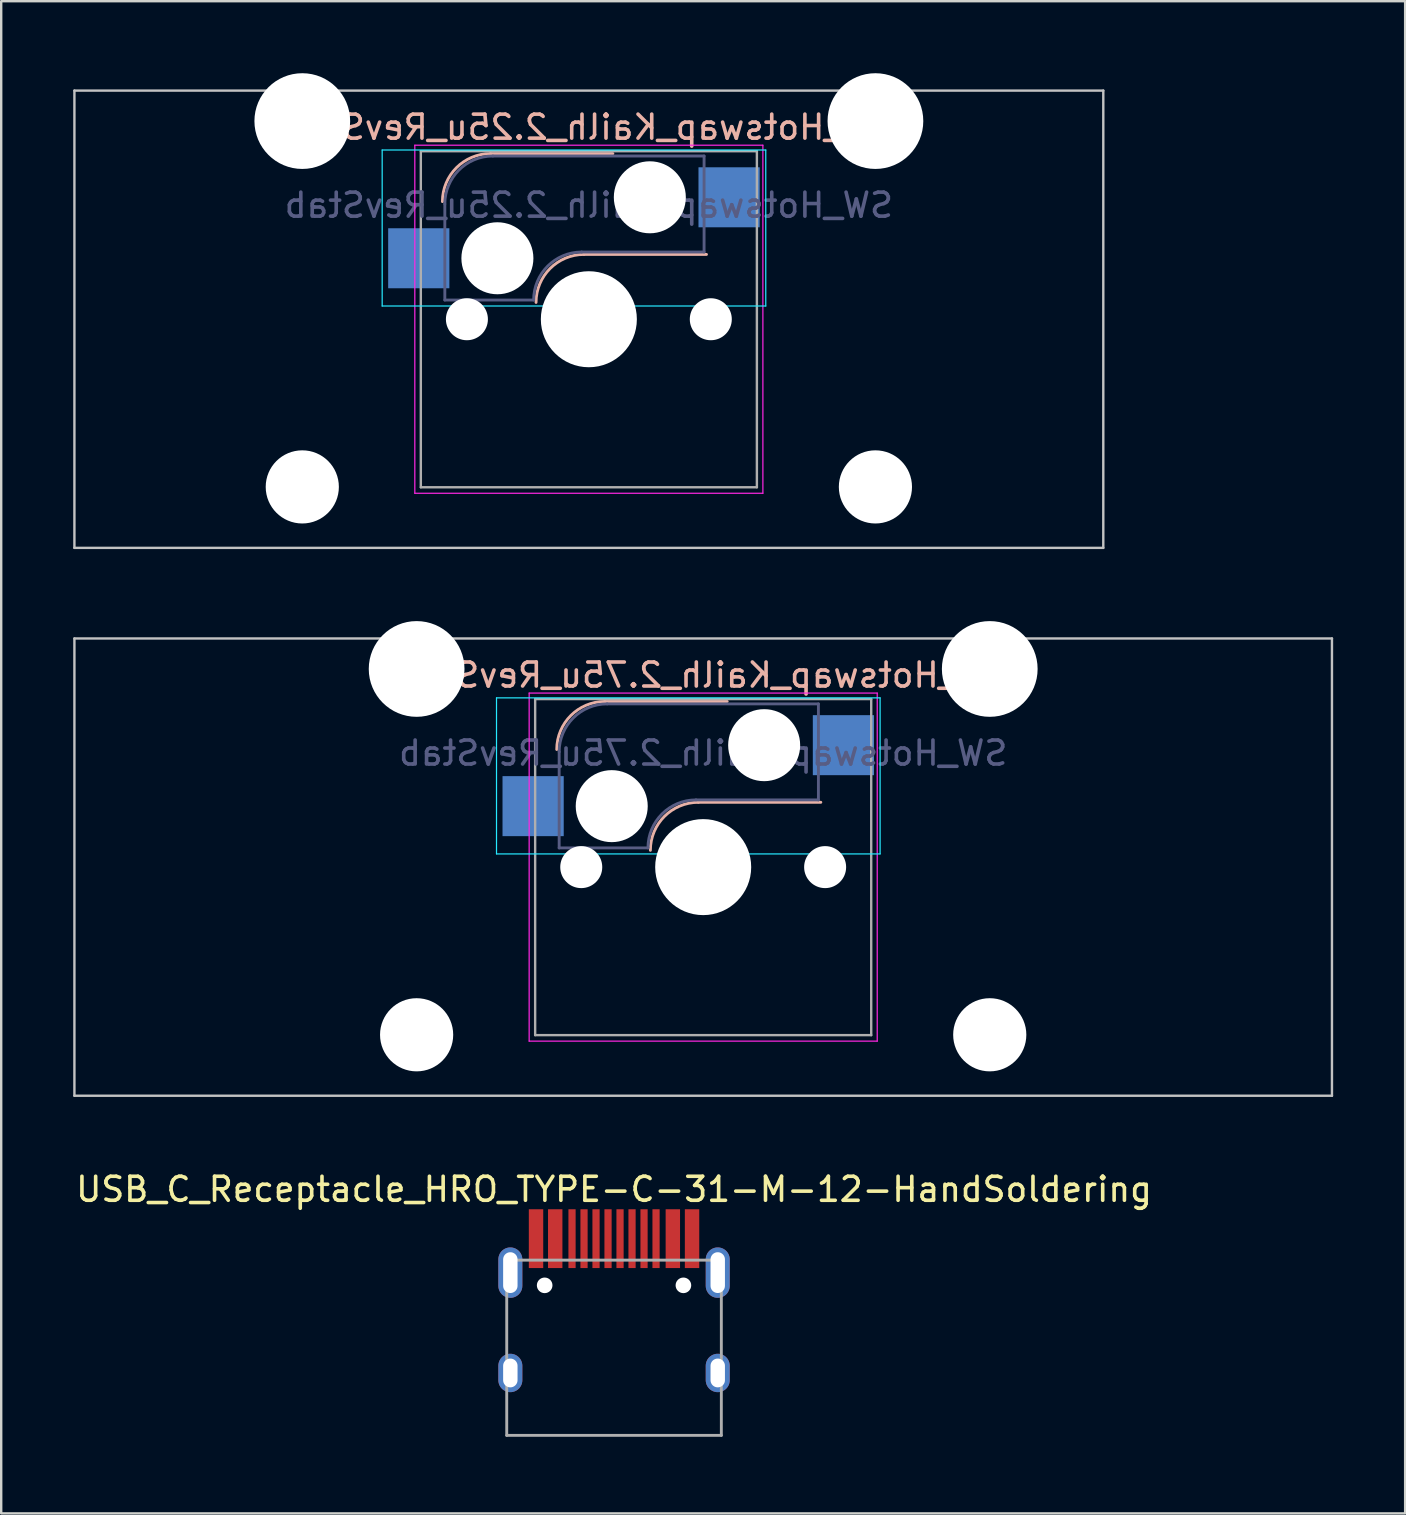
<source format=kicad_pcb>
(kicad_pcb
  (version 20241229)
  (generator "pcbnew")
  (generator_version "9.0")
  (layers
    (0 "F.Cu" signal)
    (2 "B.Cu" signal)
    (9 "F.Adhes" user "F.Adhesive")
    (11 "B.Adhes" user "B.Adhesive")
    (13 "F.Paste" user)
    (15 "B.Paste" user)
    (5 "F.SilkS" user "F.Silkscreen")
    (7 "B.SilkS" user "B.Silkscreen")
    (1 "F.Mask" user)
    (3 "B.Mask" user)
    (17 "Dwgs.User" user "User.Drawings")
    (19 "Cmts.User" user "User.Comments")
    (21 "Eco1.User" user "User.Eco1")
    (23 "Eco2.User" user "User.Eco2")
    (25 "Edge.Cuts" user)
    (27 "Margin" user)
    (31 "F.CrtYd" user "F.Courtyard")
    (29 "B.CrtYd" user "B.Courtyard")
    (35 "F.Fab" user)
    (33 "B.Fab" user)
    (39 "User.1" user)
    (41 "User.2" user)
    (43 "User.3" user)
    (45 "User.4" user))
  (footprint "SW_Hotswap_Kailh_2.25u_RevStab"
    (layer "F.Cu")
    (at 21.481 10.249)
    (property "Reference" "SW_Hotswap_Kailh_2.25u_RevStab" (at 0 -8 0) (layer "B.SilkS") (effects (font (size 1 1) (thickness 0.15)) (justify mirror)))
    (attr smd)
    (fp_line (start -4.1 -6.9) (end 1 -6.9) (stroke (width 0.12) (type solid)) (layer "B.SilkS"))
    (fp_line (start -0.2 -2.7) (end 4.9 -2.7) (stroke (width 0.12) (type solid)) (layer "B.SilkS"))
    (fp_arc (start -6.1 -4.9) (mid -5.514214 -6.314214) (end -4.1 -6.9) (stroke (width 0.12) (type solid)) (layer "B.SilkS"))
    (fp_arc (start -2.2 -0.7) (mid -1.614214 -2.114214) (end -0.2 -2.7) (stroke (width 0.12) (type solid)) (layer "B.SilkS"))
    (fp_line (start -21.431 -9.525) (end -21.431 9.525) (stroke (width 0.1) (type solid)) (layer "Dwgs.User"))
    (fp_line (start -21.431 9.525) (end 21.431 9.525) (stroke (width 0.1) (type solid)) (layer "Dwgs.User"))
    (fp_line (start 21.431 -9.525) (end -21.431 -9.525) (stroke (width 0.1) (type solid)) (layer "Dwgs.User"))
    (fp_line (start 21.431 9.525) (end 21.431 -9.525) (stroke (width 0.1) (type solid)) (layer "Dwgs.User"))
    (fp_line (start -8.61 -7.05) (end -8.61 -0.55) (stroke (width 0.05) (type solid)) (layer "B.CrtYd"))
    (fp_line (start -8.61 -0.55) (end 7.37 -0.55) (stroke (width 0.05) (type solid)) (layer "B.CrtYd"))
    (fp_line (start 7.37 -7.05) (end -8.61 -7.05) (stroke (width 0.05) (type solid)) (layer "B.CrtYd"))
    (fp_line (start 7.37 -0.55) (end 7.37 -7.05) (stroke (width 0.05) (type solid)) (layer "B.CrtYd"))
    (fp_line (start -7.25 -7.25) (end -7.25 7.25) (stroke (width 0.05) (type solid)) (layer "F.CrtYd"))
    (fp_line (start -7.25 7.25) (end 7.25 7.25) (stroke (width 0.05) (type solid)) (layer "F.CrtYd"))
    (fp_line (start 7.25 -7.25) (end -7.25 -7.25) (stroke (width 0.05) (type solid)) (layer "F.CrtYd"))
    (fp_line (start 7.25 7.25) (end 7.25 -7.25) (stroke (width 0.05) (type solid)) (layer "F.CrtYd"))
    (fp_line (start -6 -0.8) (end -6 -4.8) (stroke (width 0.12) (type solid)) (layer "B.Fab"))
    (fp_line (start -6 -0.8) (end -2.3 -0.8) (stroke (width 0.12) (type solid)) (layer "B.Fab"))
    (fp_line (start -4 -6.8) (end 4.8 -6.8) (stroke (width 0.12) (type solid)) (layer "B.Fab"))
    (fp_line (start -0.3 -2.8) (end 4.8 -2.8) (stroke (width 0.12) (type solid)) (layer "B.Fab"))
    (fp_line (start 4.8 -6.8) (end 4.8 -2.8) (stroke (width 0.12) (type solid)) (layer "B.Fab"))
    (fp_arc (start -6 -4.8) (mid -5.414214 -6.214214) (end -4 -6.8) (stroke (width 0.12) (type solid)) (layer "B.Fab"))
    (fp_arc (start -2.3 -0.8) (mid -1.714214 -2.214214) (end -0.3 -2.8) (stroke (width 0.12) (type solid)) (layer "B.Fab"))
    (fp_line (start -7 -7) (end -7 7) (stroke (width 0.1) (type solid)) (layer "F.Fab"))
    (fp_line (start -7 7) (end 7 7) (stroke (width 0.1) (type solid)) (layer "F.Fab"))
    (fp_line (start 7 -7) (end -7 -7) (stroke (width 0.1) (type solid)) (layer "F.Fab"))
    (fp_line (start 7 7) (end 7 -7) (stroke (width 0.1) (type solid)) (layer "F.Fab"))
    (fp_text user "${REFERENCE}" (at 0 -4.75 0) (layer "B.Fab") (effects (font (size 1 1) (thickness 0.15)) (justify mirror)))
    (pad "" np_thru_hole circle (at -11.938 -8.255) (size 3.988 3.988) (drill 3.988) (layers "*.Cu" "*.Mask"))
    (pad "" np_thru_hole circle (at -11.938 6.985) (size 3.048 3.048) (drill 3.048) (layers "*.Cu" "*.Mask"))
    (pad "" np_thru_hole circle (at -5.08 0) (size 1.75 1.75) (drill 1.75) (layers "*.Cu" "*.Mask"))
    (pad "" np_thru_hole circle (at -3.81 -2.54) (size 3 3) (drill 3) (layers "*.Cu" "*.Mask"))
    (pad "" np_thru_hole circle (at 0 0) (size 4 4) (drill 4) (layers "*.Cu" "*.Mask"))
    (pad "" np_thru_hole circle (at 2.54 -5.08) (size 3 3) (drill 3) (layers "*.Cu" "*.Mask"))
    (pad "" np_thru_hole circle (at 5.08 0) (size 1.75 1.75) (drill 1.75) (layers "*.Cu" "*.Mask"))
    (pad "" np_thru_hole circle (at 11.938 -8.255) (size 3.988 3.988) (drill 3.988) (layers "*.Cu" "*.Mask"))
    (pad "" np_thru_hole circle (at 11.938 6.985) (size 3.048 3.048) (drill 3.048) (layers "*.Cu" "*.Mask"))
    (pad "1" smd rect (at 5.842 -5.08) (size 2.55 2.5) (layers "B.Cu" "B.Mask" "B.Paste"))
    (pad "2" smd rect (at -7.085 -2.54) (size 2.55 2.5) (layers "B.Cu" "B.Mask" "B.Paste")))
  (footprint "SW_Hotswap_Kailh_2.75u_RevStab"
    (layer "F.Cu")
    (at 26.244 33.073)
    (property "Reference" "SW_Hotswap_Kailh_2.75u_RevStab" (at 0 -8 0) (layer "B.SilkS") (effects (font (size 1 1) (thickness 0.15)) (justify mirror)))
    (attr smd)
    (fp_line (start -4.1 -6.9) (end 1 -6.9) (stroke (width 0.12) (type solid)) (layer "B.SilkS"))
    (fp_line (start -0.2 -2.7) (end 4.9 -2.7) (stroke (width 0.12) (type solid)) (layer "B.SilkS"))
    (fp_arc (start -6.1 -4.9) (mid -5.514214 -6.314214) (end -4.1 -6.9) (stroke (width 0.12) (type solid)) (layer "B.SilkS"))
    (fp_arc (start -2.2 -0.7) (mid -1.614214 -2.114214) (end -0.2 -2.7) (stroke (width 0.12) (type solid)) (layer "B.SilkS"))
    (fp_line (start -26.194 -9.525) (end -26.194 9.525) (stroke (width 0.1) (type solid)) (layer "Dwgs.User"))
    (fp_line (start -26.194 9.525) (end 26.194 9.525) (stroke (width 0.1) (type solid)) (layer "Dwgs.User"))
    (fp_line (start 26.194 -9.525) (end -26.194 -9.525) (stroke (width 0.1) (type solid)) (layer "Dwgs.User"))
    (fp_line (start 26.194 9.525) (end 26.194 -9.525) (stroke (width 0.1) (type solid)) (layer "Dwgs.User"))
    (fp_line (start -8.61 -7.05) (end -8.61 -0.55) (stroke (width 0.05) (type solid)) (layer "B.CrtYd"))
    (fp_line (start -8.61 -0.55) (end 7.37 -0.55) (stroke (width 0.05) (type solid)) (layer "B.CrtYd"))
    (fp_line (start 7.37 -7.05) (end -8.61 -7.05) (stroke (width 0.05) (type solid)) (layer "B.CrtYd"))
    (fp_line (start 7.37 -0.55) (end 7.37 -7.05) (stroke (width 0.05) (type solid)) (layer "B.CrtYd"))
    (fp_line (start -7.25 -7.25) (end -7.25 7.25) (stroke (width 0.05) (type solid)) (layer "F.CrtYd"))
    (fp_line (start -7.25 7.25) (end 7.25 7.25) (stroke (width 0.05) (type solid)) (layer "F.CrtYd"))
    (fp_line (start 7.25 -7.25) (end -7.25 -7.25) (stroke (width 0.05) (type solid)) (layer "F.CrtYd"))
    (fp_line (start 7.25 7.25) (end 7.25 -7.25) (stroke (width 0.05) (type solid)) (layer "F.CrtYd"))
    (fp_line (start -6 -0.8) (end -6 -4.8) (stroke (width 0.12) (type solid)) (layer "B.Fab"))
    (fp_line (start -6 -0.8) (end -2.3 -0.8) (stroke (width 0.12) (type solid)) (layer "B.Fab"))
    (fp_line (start -4 -6.8) (end 4.8 -6.8) (stroke (width 0.12) (type solid)) (layer "B.Fab"))
    (fp_line (start -0.3 -2.8) (end 4.8 -2.8) (stroke (width 0.12) (type solid)) (layer "B.Fab"))
    (fp_line (start 4.8 -6.8) (end 4.8 -2.8) (stroke (width 0.12) (type solid)) (layer "B.Fab"))
    (fp_arc (start -6 -4.8) (mid -5.414214 -6.214214) (end -4 -6.8) (stroke (width 0.12) (type solid)) (layer "B.Fab"))
    (fp_arc (start -2.3 -0.8) (mid -1.714214 -2.214214) (end -0.3 -2.8) (stroke (width 0.12) (type solid)) (layer "B.Fab"))
    (fp_line (start -7 -7) (end -7 7) (stroke (width 0.1) (type solid)) (layer "F.Fab"))
    (fp_line (start -7 7) (end 7 7) (stroke (width 0.1) (type solid)) (layer "F.Fab"))
    (fp_line (start 7 -7) (end -7 -7) (stroke (width 0.1) (type solid)) (layer "F.Fab"))
    (fp_line (start 7 7) (end 7 -7) (stroke (width 0.1) (type solid)) (layer "F.Fab"))
    (fp_text user "${REFERENCE}" (at 0 -4.75 0) (layer "B.Fab") (effects (font (size 1 1) (thickness 0.15)) (justify mirror)))
    (pad "" np_thru_hole circle (at -11.938 -8.255) (size 3.988 3.988) (drill 3.988) (layers "*.Cu" "*.Mask"))
    (pad "" np_thru_hole circle (at -11.938 6.985) (size 3.048 3.048) (drill 3.048) (layers "*.Cu" "*.Mask"))
    (pad "" np_thru_hole circle (at -5.08 0) (size 1.75 1.75) (drill 1.75) (layers "*.Cu" "*.Mask"))
    (pad "" np_thru_hole circle (at -3.81 -2.54) (size 3 3) (drill 3) (layers "*.Cu" "*.Mask"))
    (pad "" np_thru_hole circle (at 0 0) (size 4 4) (drill 4) (layers "*.Cu" "*.Mask"))
    (pad "" np_thru_hole circle (at 2.54 -5.08) (size 3 3) (drill 3) (layers "*.Cu" "*.Mask"))
    (pad "" np_thru_hole circle (at 5.08 0) (size 1.75 1.75) (drill 1.75) (layers "*.Cu" "*.Mask"))
    (pad "" np_thru_hole circle (at 11.938 -8.255) (size 3.988 3.988) (drill 3.988) (layers "*.Cu" "*.Mask"))
    (pad "" np_thru_hole circle (at 11.938 6.985) (size 3.048 3.048) (drill 3.048) (layers "*.Cu" "*.Mask"))
    (pad "1" smd rect (at 5.842 -5.08) (size 2.55 2.5) (layers "B.Cu" "B.Mask" "B.Paste"))
    (pad "2" smd rect (at -7.085 -2.54) (size 2.55 2.5) (layers "B.Cu" "B.Mask" "B.Paste")))
  (footprint "USB_C_Receptacle_HRO_TYPE-C-31-M-12-HandSoldering"
    (layer "F.Cu")
    (at 22.53 56.746)
    (property "Reference" "USB_C_Receptacle_HRO_TYPE-C-31-M-12-HandSoldering" (at 0 -10.25 0) (layer "F.SilkS") (effects (font (size 1 1) (thickness 0.15))))
    (fp_line (start -4.47 -7.3) (end 4.47 -7.3) (stroke (width 0.12) (type solid)) (layer "F.Fab"))
    (fp_line (start -4.47 0) (end -4.47 -7.3) (stroke (width 0.12) (type solid)) (layer "F.Fab"))
    (fp_line (start 4.47 -7.3) (end 4.47 0) (stroke (width 0.12) (type solid)) (layer "F.Fab"))
    (fp_line (start 4.47 0) (end -4.47 0) (stroke (width 0.12) (type solid)) (layer "F.Fab"))
    (pad "" np_thru_hole circle (at -2.89 -6.25) (size 0.65 0.65) (drill 0.65) (layers "*.Cu" "*.Mask"))
    (pad "" np_thru_hole circle (at 2.89 -6.25) (size 0.65 0.65) (drill 0.65) (layers "*.Cu" "*.Mask"))
    (pad "A1" smd rect (at -3.25 -8.195) (size 0.6 2.45) (layers "F.Cu" "F.Mask" "F.Paste"))
    (pad "A4" smd rect (at -2.45 -8.195) (size 0.6 2.45) (layers "F.Cu" "F.Mask" "F.Paste"))
    (pad "A5" smd rect (at -1.25 -8.195) (size 0.3 2.45) (layers "F.Cu" "F.Mask" "F.Paste"))
    (pad "A6" smd rect (at -0.25 -8.195) (size 0.3 2.45) (layers "F.Cu" "F.Mask" "F.Paste"))
    (pad "A7" smd rect (at 0.25 -8.195) (size 0.3 2.45) (layers "F.Cu" "F.Mask" "F.Paste"))
    (pad "A8" smd rect (at 1.25 -8.195) (size 0.3 2.45) (layers "F.Cu" "F.Mask" "F.Paste"))
    (pad "A9" smd rect (at 2.45 -8.195) (size 0.6 2.45) (layers "F.Cu" "F.Mask" "F.Paste"))
    (pad "A12" smd rect (at 3.25 -8.195) (size 0.6 2.45) (layers "F.Cu" "F.Mask" "F.Paste"))
    (pad "B5" smd rect (at 1.75 -8.195) (size 0.3 2.45) (layers "F.Cu" "F.Mask" "F.Paste"))
    (pad "B6" smd rect (at 0.75 -8.195) (size 0.3 2.45) (layers "F.Cu" "F.Mask" "F.Paste"))
    (pad "B7" smd rect (at -0.75 -8.195) (size 0.3 2.45) (layers "F.Cu" "F.Mask" "F.Paste"))
    (pad "B8" smd rect (at -1.75 -8.195) (size 0.3 2.45) (layers "F.Cu" "F.Mask" "F.Paste"))
    (pad "S1" thru_hole oval (at -4.32 -6.78) (size 1 2.1) (drill oval 0.6 1.7) (layers "*.Cu" "*.Mask"))
    (pad "S1" thru_hole oval (at -4.32 -2.6) (size 1 1.6) (drill oval 0.6 1.2) (layers "*.Cu" "*.Mask"))
    (pad "S1" thru_hole oval (at 4.32 -6.78) (size 1 2.1) (drill oval 0.6 1.7) (layers "*.Cu" "*.Mask"))
    (pad "S1" thru_hole oval (at 4.32 -2.6) (size 1 1.6) (drill oval 0.6 1.2) (layers "*.Cu" "*.Mask")))
  (gr_rect
    (start -3 -3)
    (end 55.487 59.996)
    (stroke (width 0.1) (type default))
    (fill no)
    (layer "Edge.Cuts")))
</source>
